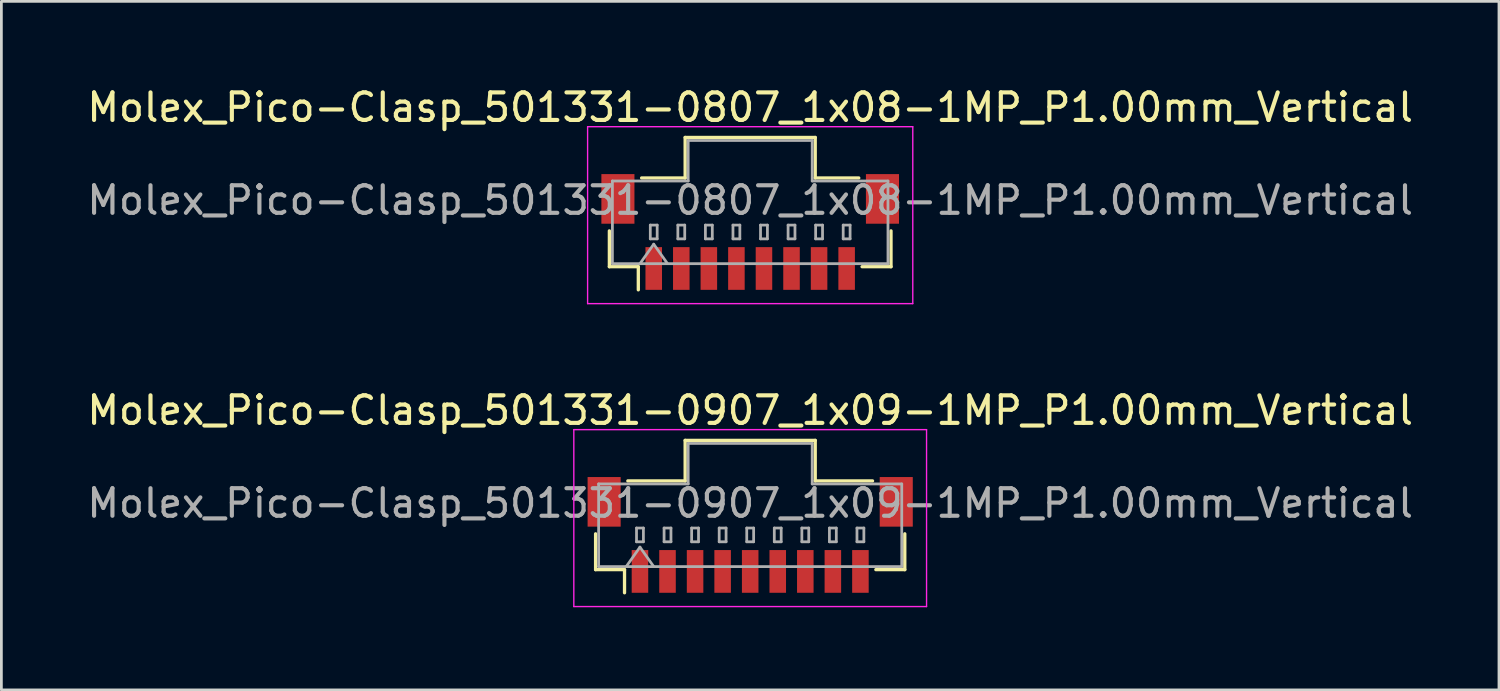
<source format=kicad_pcb>
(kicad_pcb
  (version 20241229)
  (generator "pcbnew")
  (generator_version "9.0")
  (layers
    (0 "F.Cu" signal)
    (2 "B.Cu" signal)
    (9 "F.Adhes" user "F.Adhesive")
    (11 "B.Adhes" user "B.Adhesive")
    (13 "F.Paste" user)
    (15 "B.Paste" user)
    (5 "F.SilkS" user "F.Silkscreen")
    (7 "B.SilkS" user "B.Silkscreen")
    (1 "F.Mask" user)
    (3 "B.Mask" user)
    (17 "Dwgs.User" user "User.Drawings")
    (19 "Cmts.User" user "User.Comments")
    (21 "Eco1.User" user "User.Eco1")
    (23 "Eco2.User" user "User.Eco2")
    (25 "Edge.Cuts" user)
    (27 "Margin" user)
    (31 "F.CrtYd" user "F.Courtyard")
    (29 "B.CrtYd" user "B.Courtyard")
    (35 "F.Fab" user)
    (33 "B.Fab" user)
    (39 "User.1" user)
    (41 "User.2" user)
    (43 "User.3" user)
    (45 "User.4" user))
  (footprint "Molex_Pico-Clasp_501331-0807_1x08-1MP_P1.00mm_Vertical"
    (layer "F.Cu")
    (at 24.173 5.368)
    (property "Reference" "Molex_Pico-Clasp_501331-0807_1x08-1MP_P1.00mm_Vertical" (at 0 -4.52 0) (layer "F.SilkS") (effects (font (size 1 1) (thickness 0.15))))
    (attr smd)
    (fp_line (start -5.11 -0.04) (end -5.11 1.26) (stroke (width 0.12) (type solid)) (layer "F.SilkS"))
    (fp_line (start -5.11 1.26) (end -4.06 1.26) (stroke (width 0.12) (type solid)) (layer "F.SilkS"))
    (fp_line (start -4.06 1.26) (end -4.06 2.1) (stroke (width 0.12) (type solid)) (layer "F.SilkS"))
    (fp_line (start -3.94 -1.96) (end -2.36 -1.96) (stroke (width 0.12) (type solid)) (layer "F.SilkS"))
    (fp_line (start -2.36 -3.43) (end 2.36 -3.43) (stroke (width 0.12) (type solid)) (layer "F.SilkS"))
    (fp_line (start -2.36 -1.96) (end -2.36 -3.43) (stroke (width 0.12) (type solid)) (layer "F.SilkS"))
    (fp_line (start 2.36 -3.43) (end 2.36 -1.96) (stroke (width 0.12) (type solid)) (layer "F.SilkS"))
    (fp_line (start 2.36 -1.96) (end 3.94 -1.96) (stroke (width 0.12) (type solid)) (layer "F.SilkS"))
    (fp_line (start 5.11 -0.04) (end 5.11 1.26) (stroke (width 0.12) (type solid)) (layer "F.SilkS"))
    (fp_line (start 5.11 1.26) (end 4.06 1.26) (stroke (width 0.12) (type solid)) (layer "F.SilkS"))
    (fp_line (start -5.9 -3.82) (end -5.9 2.6) (stroke (width 0.05) (type solid)) (layer "F.CrtYd"))
    (fp_line (start -5.9 2.6) (end 5.9 2.6) (stroke (width 0.05) (type solid)) (layer "F.CrtYd"))
    (fp_line (start 5.9 -3.82) (end -5.9 -3.82) (stroke (width 0.05) (type solid)) (layer "F.CrtYd"))
    (fp_line (start 5.9 2.6) (end 5.9 -3.82) (stroke (width 0.05) (type solid)) (layer "F.CrtYd"))
    (fp_line (start -5 -1.85) (end -2.25 -1.85) (stroke (width 0.1) (type solid)) (layer "F.Fab"))
    (fp_line (start -5 1.15) (end -5 -1.85) (stroke (width 0.1) (type solid)) (layer "F.Fab"))
    (fp_line (start -5 1.15) (end 5 1.15) (stroke (width 0.1) (type solid)) (layer "F.Fab"))
    (fp_line (start -4 1.15) (end -3.5 0.443) (stroke (width 0.1) (type solid)) (layer "F.Fab"))
    (fp_line (start -3.625 -0.25) (end -3.625 0.25) (stroke (width 0.1) (type solid)) (layer "F.Fab"))
    (fp_line (start -3.625 0.25) (end -3.375 0.25) (stroke (width 0.1) (type solid)) (layer "F.Fab"))
    (fp_line (start -3.5 0.443) (end -3 1.15) (stroke (width 0.1) (type solid)) (layer "F.Fab"))
    (fp_line (start -3.375 -0.25) (end -3.625 -0.25) (stroke (width 0.1) (type solid)) (layer "F.Fab"))
    (fp_line (start -3.375 0.25) (end -3.375 -0.25) (stroke (width 0.1) (type solid)) (layer "F.Fab"))
    (fp_line (start -2.625 -0.25) (end -2.625 0.25) (stroke (width 0.1) (type solid)) (layer "F.Fab"))
    (fp_line (start -2.625 0.25) (end -2.375 0.25) (stroke (width 0.1) (type solid)) (layer "F.Fab"))
    (fp_line (start -2.375 -0.25) (end -2.625 -0.25) (stroke (width 0.1) (type solid)) (layer "F.Fab"))
    (fp_line (start -2.375 0.25) (end -2.375 -0.25) (stroke (width 0.1) (type solid)) (layer "F.Fab"))
    (fp_line (start -2.25 -3.32) (end 2.25 -3.32) (stroke (width 0.1) (type solid)) (layer "F.Fab"))
    (fp_line (start -2.25 -1.85) (end -2.25 -3.32) (stroke (width 0.1) (type solid)) (layer "F.Fab"))
    (fp_line (start -1.625 -0.25) (end -1.625 0.25) (stroke (width 0.1) (type solid)) (layer "F.Fab"))
    (fp_line (start -1.625 0.25) (end -1.375 0.25) (stroke (width 0.1) (type solid)) (layer "F.Fab"))
    (fp_line (start -1.375 -0.25) (end -1.625 -0.25) (stroke (width 0.1) (type solid)) (layer "F.Fab"))
    (fp_line (start -1.375 0.25) (end -1.375 -0.25) (stroke (width 0.1) (type solid)) (layer "F.Fab"))
    (fp_line (start -0.625 -0.25) (end -0.625 0.25) (stroke (width 0.1) (type solid)) (layer "F.Fab"))
    (fp_line (start -0.625 0.25) (end -0.375 0.25) (stroke (width 0.1) (type solid)) (layer "F.Fab"))
    (fp_line (start -0.375 -0.25) (end -0.625 -0.25) (stroke (width 0.1) (type solid)) (layer "F.Fab"))
    (fp_line (start -0.375 0.25) (end -0.375 -0.25) (stroke (width 0.1) (type solid)) (layer "F.Fab"))
    (fp_line (start 0.375 -0.25) (end 0.375 0.25) (stroke (width 0.1) (type solid)) (layer "F.Fab"))
    (fp_line (start 0.375 0.25) (end 0.625 0.25) (stroke (width 0.1) (type solid)) (layer "F.Fab"))
    (fp_line (start 0.625 -0.25) (end 0.375 -0.25) (stroke (width 0.1) (type solid)) (layer "F.Fab"))
    (fp_line (start 0.625 0.25) (end 0.625 -0.25) (stroke (width 0.1) (type solid)) (layer "F.Fab"))
    (fp_line (start 1.375 -0.25) (end 1.375 0.25) (stroke (width 0.1) (type solid)) (layer "F.Fab"))
    (fp_line (start 1.375 0.25) (end 1.625 0.25) (stroke (width 0.1) (type solid)) (layer "F.Fab"))
    (fp_line (start 1.625 -0.25) (end 1.375 -0.25) (stroke (width 0.1) (type solid)) (layer "F.Fab"))
    (fp_line (start 1.625 0.25) (end 1.625 -0.25) (stroke (width 0.1) (type solid)) (layer "F.Fab"))
    (fp_line (start 2.25 -3.32) (end 2.25 -1.85) (stroke (width 0.1) (type solid)) (layer "F.Fab"))
    (fp_line (start 2.25 -1.85) (end 5 -1.85) (stroke (width 0.1) (type solid)) (layer "F.Fab"))
    (fp_line (start 2.375 -0.25) (end 2.375 0.25) (stroke (width 0.1) (type solid)) (layer "F.Fab"))
    (fp_line (start 2.375 0.25) (end 2.625 0.25) (stroke (width 0.1) (type solid)) (layer "F.Fab"))
    (fp_line (start 2.625 -0.25) (end 2.375 -0.25) (stroke (width 0.1) (type solid)) (layer "F.Fab"))
    (fp_line (start 2.625 0.25) (end 2.625 -0.25) (stroke (width 0.1) (type solid)) (layer "F.Fab"))
    (fp_line (start 3.375 -0.25) (end 3.375 0.25) (stroke (width 0.1) (type solid)) (layer "F.Fab"))
    (fp_line (start 3.375 0.25) (end 3.625 0.25) (stroke (width 0.1) (type solid)) (layer "F.Fab"))
    (fp_line (start 3.625 -0.25) (end 3.375 -0.25) (stroke (width 0.1) (type solid)) (layer "F.Fab"))
    (fp_line (start 3.625 0.25) (end 3.625 -0.25) (stroke (width 0.1) (type solid)) (layer "F.Fab"))
    (fp_line (start 5 1.15) (end 5 -1.85) (stroke (width 0.1) (type solid)) (layer "F.Fab"))
    (fp_text user "${REFERENCE}" (at 0 -1.15 0) (layer "F.Fab") (effects (font (size 1 1) (thickness 0.15))))
    (pad "1" smd rect (at -3.5 1.325) (size 0.6 1.55) (layers "F.Cu" "F.Mask" "F.Paste"))
    (pad "2" smd rect (at -2.5 1.325) (size 0.6 1.55) (layers "F.Cu" "F.Mask" "F.Paste"))
    (pad "3" smd rect (at -1.5 1.325) (size 0.6 1.55) (layers "F.Cu" "F.Mask" "F.Paste"))
    (pad "4" smd rect (at -0.5 1.325) (size 0.6 1.55) (layers "F.Cu" "F.Mask" "F.Paste"))
    (pad "5" smd rect (at 0.5 1.325) (size 0.6 1.55) (layers "F.Cu" "F.Mask" "F.Paste"))
    (pad "6" smd rect (at 1.5 1.325) (size 0.6 1.55) (layers "F.Cu" "F.Mask" "F.Paste"))
    (pad "7" smd rect (at 2.5 1.325) (size 0.6 1.55) (layers "F.Cu" "F.Mask" "F.Paste"))
    (pad "8" smd rect (at 3.5 1.325) (size 0.6 1.55) (layers "F.Cu" "F.Mask" "F.Paste"))
    (pad "MP" smd rect (at -4.8 -1.2) (size 1.2 1.8) (layers "F.Cu" "F.Mask" "F.Paste"))
    (pad "MP" smd rect (at 4.8 -1.2) (size 1.2 1.8) (layers "F.Cu" "F.Mask" "F.Paste")))
  (footprint "Molex_Pico-Clasp_501331-0907_1x09-1MP_P1.00mm_Vertical"
    (layer "F.Cu")
    (at 24.173 16.361)
    (property "Reference" "Molex_Pico-Clasp_501331-0907_1x09-1MP_P1.00mm_Vertical" (at 0 -4.52 0) (layer "F.SilkS") (effects (font (size 1 1) (thickness 0.15))))
    (attr smd)
    (fp_line (start -5.61 -0.04) (end -5.61 1.26) (stroke (width 0.12) (type solid)) (layer "F.SilkS"))
    (fp_line (start -5.61 1.26) (end -4.56 1.26) (stroke (width 0.12) (type solid)) (layer "F.SilkS"))
    (fp_line (start -4.56 1.26) (end -4.56 2.1) (stroke (width 0.12) (type solid)) (layer "F.SilkS"))
    (fp_line (start -4.44 -1.96) (end -2.36 -1.96) (stroke (width 0.12) (type solid)) (layer "F.SilkS"))
    (fp_line (start -2.36 -3.43) (end 2.36 -3.43) (stroke (width 0.12) (type solid)) (layer "F.SilkS"))
    (fp_line (start -2.36 -1.96) (end -2.36 -3.43) (stroke (width 0.12) (type solid)) (layer "F.SilkS"))
    (fp_line (start 2.36 -3.43) (end 2.36 -1.96) (stroke (width 0.12) (type solid)) (layer "F.SilkS"))
    (fp_line (start 2.36 -1.96) (end 4.44 -1.96) (stroke (width 0.12) (type solid)) (layer "F.SilkS"))
    (fp_line (start 5.61 -0.04) (end 5.61 1.26) (stroke (width 0.12) (type solid)) (layer "F.SilkS"))
    (fp_line (start 5.61 1.26) (end 4.56 1.26) (stroke (width 0.12) (type solid)) (layer "F.SilkS"))
    (fp_line (start -6.4 -3.82) (end -6.4 2.6) (stroke (width 0.05) (type solid)) (layer "F.CrtYd"))
    (fp_line (start -6.4 2.6) (end 6.4 2.6) (stroke (width 0.05) (type solid)) (layer "F.CrtYd"))
    (fp_line (start 6.4 -3.82) (end -6.4 -3.82) (stroke (width 0.05) (type solid)) (layer "F.CrtYd"))
    (fp_line (start 6.4 2.6) (end 6.4 -3.82) (stroke (width 0.05) (type solid)) (layer "F.CrtYd"))
    (fp_line (start -5.5 -1.85) (end -2.25 -1.85) (stroke (width 0.1) (type solid)) (layer "F.Fab"))
    (fp_line (start -5.5 1.15) (end -5.5 -1.85) (stroke (width 0.1) (type solid)) (layer "F.Fab"))
    (fp_line (start -5.5 1.15) (end 5.5 1.15) (stroke (width 0.1) (type solid)) (layer "F.Fab"))
    (fp_line (start -4.5 1.15) (end -4 0.443) (stroke (width 0.1) (type solid)) (layer "F.Fab"))
    (fp_line (start -4.125 -0.25) (end -4.125 0.25) (stroke (width 0.1) (type solid)) (layer "F.Fab"))
    (fp_line (start -4.125 0.25) (end -3.875 0.25) (stroke (width 0.1) (type solid)) (layer "F.Fab"))
    (fp_line (start -4 0.443) (end -3.5 1.15) (stroke (width 0.1) (type solid)) (layer "F.Fab"))
    (fp_line (start -3.875 -0.25) (end -4.125 -0.25) (stroke (width 0.1) (type solid)) (layer "F.Fab"))
    (fp_line (start -3.875 0.25) (end -3.875 -0.25) (stroke (width 0.1) (type solid)) (layer "F.Fab"))
    (fp_line (start -3.125 -0.25) (end -3.125 0.25) (stroke (width 0.1) (type solid)) (layer "F.Fab"))
    (fp_line (start -3.125 0.25) (end -2.875 0.25) (stroke (width 0.1) (type solid)) (layer "F.Fab"))
    (fp_line (start -2.875 -0.25) (end -3.125 -0.25) (stroke (width 0.1) (type solid)) (layer "F.Fab"))
    (fp_line (start -2.875 0.25) (end -2.875 -0.25) (stroke (width 0.1) (type solid)) (layer "F.Fab"))
    (fp_line (start -2.25 -3.32) (end 2.25 -3.32) (stroke (width 0.1) (type solid)) (layer "F.Fab"))
    (fp_line (start -2.25 -1.85) (end -2.25 -3.32) (stroke (width 0.1) (type solid)) (layer "F.Fab"))
    (fp_line (start -2.125 -0.25) (end -2.125 0.25) (stroke (width 0.1) (type solid)) (layer "F.Fab"))
    (fp_line (start -2.125 0.25) (end -1.875 0.25) (stroke (width 0.1) (type solid)) (layer "F.Fab"))
    (fp_line (start -1.875 -0.25) (end -2.125 -0.25) (stroke (width 0.1) (type solid)) (layer "F.Fab"))
    (fp_line (start -1.875 0.25) (end -1.875 -0.25) (stroke (width 0.1) (type solid)) (layer "F.Fab"))
    (fp_line (start -1.125 -0.25) (end -1.125 0.25) (stroke (width 0.1) (type solid)) (layer "F.Fab"))
    (fp_line (start -1.125 0.25) (end -0.875 0.25) (stroke (width 0.1) (type solid)) (layer "F.Fab"))
    (fp_line (start -0.875 -0.25) (end -1.125 -0.25) (stroke (width 0.1) (type solid)) (layer "F.Fab"))
    (fp_line (start -0.875 0.25) (end -0.875 -0.25) (stroke (width 0.1) (type solid)) (layer "F.Fab"))
    (fp_line (start -0.125 -0.25) (end -0.125 0.25) (stroke (width 0.1) (type solid)) (layer "F.Fab"))
    (fp_line (start -0.125 0.25) (end 0.125 0.25) (stroke (width 0.1) (type solid)) (layer "F.Fab"))
    (fp_line (start 0.125 -0.25) (end -0.125 -0.25) (stroke (width 0.1) (type solid)) (layer "F.Fab"))
    (fp_line (start 0.125 0.25) (end 0.125 -0.25) (stroke (width 0.1) (type solid)) (layer "F.Fab"))
    (fp_line (start 0.875 -0.25) (end 0.875 0.25) (stroke (width 0.1) (type solid)) (layer "F.Fab"))
    (fp_line (start 0.875 0.25) (end 1.125 0.25) (stroke (width 0.1) (type solid)) (layer "F.Fab"))
    (fp_line (start 1.125 -0.25) (end 0.875 -0.25) (stroke (width 0.1) (type solid)) (layer "F.Fab"))
    (fp_line (start 1.125 0.25) (end 1.125 -0.25) (stroke (width 0.1) (type solid)) (layer "F.Fab"))
    (fp_line (start 1.875 -0.25) (end 1.875 0.25) (stroke (width 0.1) (type solid)) (layer "F.Fab"))
    (fp_line (start 1.875 0.25) (end 2.125 0.25) (stroke (width 0.1) (type solid)) (layer "F.Fab"))
    (fp_line (start 2.125 -0.25) (end 1.875 -0.25) (stroke (width 0.1) (type solid)) (layer "F.Fab"))
    (fp_line (start 2.125 0.25) (end 2.125 -0.25) (stroke (width 0.1) (type solid)) (layer "F.Fab"))
    (fp_line (start 2.25 -3.32) (end 2.25 -1.85) (stroke (width 0.1) (type solid)) (layer "F.Fab"))
    (fp_line (start 2.25 -1.85) (end 5.5 -1.85) (stroke (width 0.1) (type solid)) (layer "F.Fab"))
    (fp_line (start 2.875 -0.25) (end 2.875 0.25) (stroke (width 0.1) (type solid)) (layer "F.Fab"))
    (fp_line (start 2.875 0.25) (end 3.125 0.25) (stroke (width 0.1) (type solid)) (layer "F.Fab"))
    (fp_line (start 3.125 -0.25) (end 2.875 -0.25) (stroke (width 0.1) (type solid)) (layer "F.Fab"))
    (fp_line (start 3.125 0.25) (end 3.125 -0.25) (stroke (width 0.1) (type solid)) (layer "F.Fab"))
    (fp_line (start 3.875 -0.25) (end 3.875 0.25) (stroke (width 0.1) (type solid)) (layer "F.Fab"))
    (fp_line (start 3.875 0.25) (end 4.125 0.25) (stroke (width 0.1) (type solid)) (layer "F.Fab"))
    (fp_line (start 4.125 -0.25) (end 3.875 -0.25) (stroke (width 0.1) (type solid)) (layer "F.Fab"))
    (fp_line (start 4.125 0.25) (end 4.125 -0.25) (stroke (width 0.1) (type solid)) (layer "F.Fab"))
    (fp_line (start 5.5 1.15) (end 5.5 -1.85) (stroke (width 0.1) (type solid)) (layer "F.Fab"))
    (fp_text user "${REFERENCE}" (at 0 -1.15 0) (layer "F.Fab") (effects (font (size 1 1) (thickness 0.15))))
    (pad "1" smd rect (at -4 1.325) (size 0.6 1.55) (layers "F.Cu" "F.Mask" "F.Paste"))
    (pad "2" smd rect (at -3 1.325) (size 0.6 1.55) (layers "F.Cu" "F.Mask" "F.Paste"))
    (pad "3" smd rect (at -2 1.325) (size 0.6 1.55) (layers "F.Cu" "F.Mask" "F.Paste"))
    (pad "4" smd rect (at -1 1.325) (size 0.6 1.55) (layers "F.Cu" "F.Mask" "F.Paste"))
    (pad "5" smd rect (at 0 1.325) (size 0.6 1.55) (layers "F.Cu" "F.Mask" "F.Paste"))
    (pad "6" smd rect (at 1 1.325) (size 0.6 1.55) (layers "F.Cu" "F.Mask" "F.Paste"))
    (pad "7" smd rect (at 2 1.325) (size 0.6 1.55) (layers "F.Cu" "F.Mask" "F.Paste"))
    (pad "8" smd rect (at 3 1.325) (size 0.6 1.55) (layers "F.Cu" "F.Mask" "F.Paste"))
    (pad "9" smd rect (at 4 1.325) (size 0.6 1.55) (layers "F.Cu" "F.Mask" "F.Paste"))
    (pad "MP" smd rect (at -5.3 -1.2) (size 1.2 1.8) (layers "F.Cu" "F.Mask" "F.Paste"))
    (pad "MP" smd rect (at 5.3 -1.2) (size 1.2 1.8) (layers "F.Cu" "F.Mask" "F.Paste")))
  (gr_rect
    (start -3 -3)
    (end 51.345 21.986)
    (stroke (width 0.1) (type default))
    (fill no)
    (layer "Edge.Cuts")))
</source>
